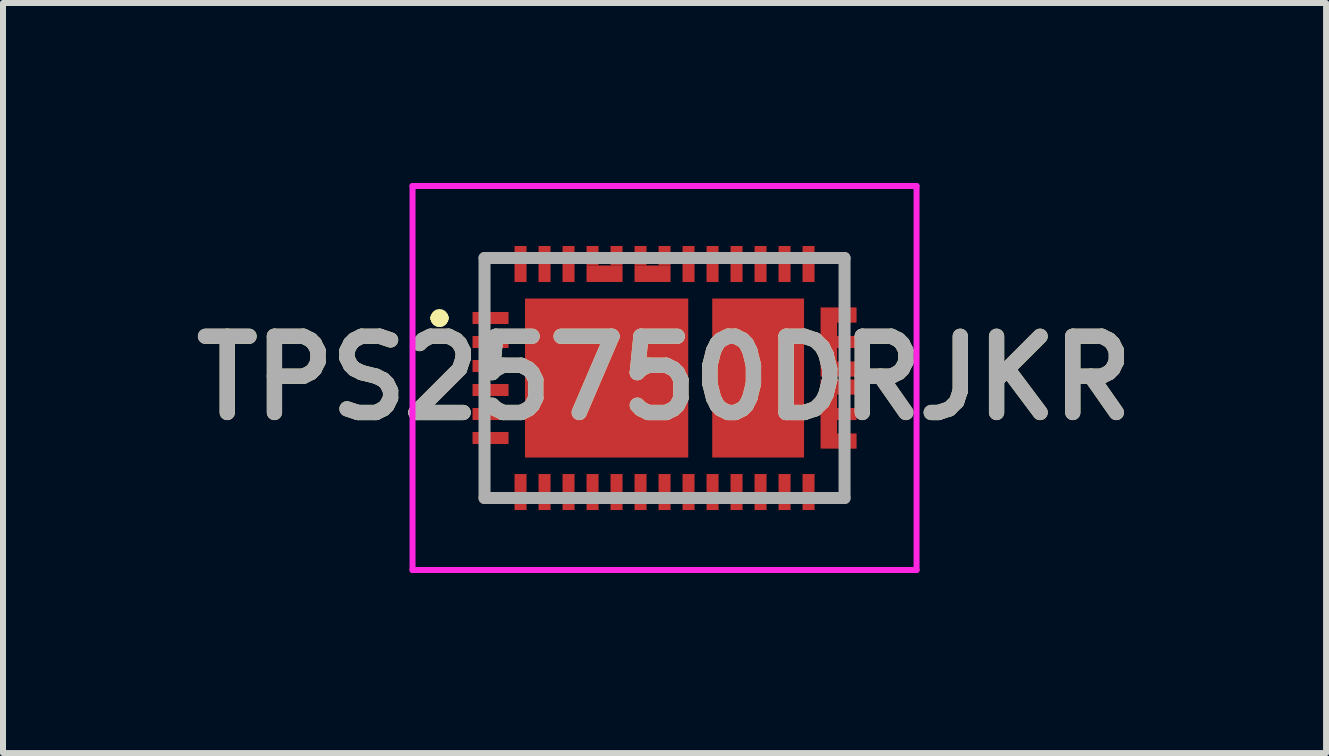
<source format=kicad_pcb>
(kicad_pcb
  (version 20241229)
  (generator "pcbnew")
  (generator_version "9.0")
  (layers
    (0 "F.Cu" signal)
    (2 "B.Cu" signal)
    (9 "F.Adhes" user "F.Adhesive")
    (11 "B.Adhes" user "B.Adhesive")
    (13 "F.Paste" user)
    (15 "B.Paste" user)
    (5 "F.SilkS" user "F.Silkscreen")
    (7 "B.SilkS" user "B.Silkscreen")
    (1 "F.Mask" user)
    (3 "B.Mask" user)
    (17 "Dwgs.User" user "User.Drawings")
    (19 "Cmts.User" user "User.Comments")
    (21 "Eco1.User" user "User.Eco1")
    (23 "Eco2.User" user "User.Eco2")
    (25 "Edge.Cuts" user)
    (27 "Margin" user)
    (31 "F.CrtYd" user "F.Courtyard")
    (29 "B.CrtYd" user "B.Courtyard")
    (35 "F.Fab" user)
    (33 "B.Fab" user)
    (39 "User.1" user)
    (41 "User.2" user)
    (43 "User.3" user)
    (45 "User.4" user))
  (footprint "TPS25750DRJKR"
    (layer "F.Cu")
    (at 8.025 3.25)
    (property "Reference" "TPS25750DRJKR" (at 0 0 0) (layer "F.SilkS") (effects (font (size 1.27 1.27) (thickness 0.254))))
    (attr smd)
    (fp_line (start -3.8 -1) (end -3.8 -1) (stroke (width 0.2) (type solid)) (layer "F.SilkS"))
    (fp_line (start -3.8 -1) (end -3.8 -1) (stroke (width 0.2) (type solid)) (layer "F.SilkS"))
    (fp_line (start -3.7 -1) (end -3.7 -1) (stroke (width 0.2) (type solid)) (layer "F.SilkS"))
    (fp_arc (start -3.8 -1) (mid -3.75 -1.05) (end -3.7 -1) (stroke (width 0.2) (type solid)) (layer "F.SilkS"))
    (fp_arc (start -3.7 -1) (mid -3.75 -0.95) (end -3.8 -1) (stroke (width 0.2) (type solid)) (layer "F.SilkS"))
    (fp_arc (start -3.7 -1) (mid -3.75 -0.95) (end -3.8 -1) (stroke (width 0.2) (type solid)) (layer "F.SilkS"))
    (fp_line (start -4.2 -3.2) (end 4.2 -3.2) (stroke (width 0.1) (type solid)) (layer "F.CrtYd"))
    (fp_line (start -4.2 3.2) (end -4.2 -3.2) (stroke (width 0.1) (type solid)) (layer "F.CrtYd"))
    (fp_line (start 4.2 -3.2) (end 4.2 3.2) (stroke (width 0.1) (type solid)) (layer "F.CrtYd"))
    (fp_line (start 4.2 3.2) (end -4.2 3.2) (stroke (width 0.1) (type solid)) (layer "F.CrtYd"))
    (fp_line (start -3 -2) (end -3 2) (stroke (width 0.2) (type solid)) (layer "F.Fab"))
    (fp_line (start -3 2) (end 3 2) (stroke (width 0.2) (type solid)) (layer "F.Fab"))
    (fp_line (start 3 -2) (end -3 -2) (stroke (width 0.2) (type solid)) (layer "F.Fab"))
    (fp_line (start 3 2) (end 3 -2) (stroke (width 0.2) (type solid)) (layer "F.Fab"))
    (fp_text user "${REFERENCE}" (at 0 0 0) (layer "F.Fab") (effects (font (size 1.27 1.27) (thickness 0.254))))
    (pad "1" smd rect (at -2.9 -1 90) (size 0.2 0.6) (layers "F.Cu" "F.Mask" "F.Paste"))
    (pad "2" smd rect (at -2.9 -0.6 90) (size 0.2 0.6) (layers "F.Cu" "F.Mask" "F.Paste"))
    (pad "3" smd rect (at -2.9 -0.2 90) (size 0.2 0.6) (layers "F.Cu" "F.Mask" "F.Paste"))
    (pad "4" smd rect (at -2.9 0.2 90) (size 0.2 0.6) (layers "F.Cu" "F.Mask" "F.Paste"))
    (pad "5" smd rect (at -2.9 0.6 90) (size 0.2 0.6) (layers "F.Cu" "F.Mask" "F.Paste"))
    (pad "6" smd rect (at -2.9 1 90) (size 0.2 0.6) (layers "F.Cu" "F.Mask" "F.Paste"))
    (pad "7" smd rect (at -2.4 1.9) (size 0.2 0.6) (layers "F.Cu" "F.Mask" "F.Paste"))
    (pad "8" smd rect (at -2 1.9) (size 0.2 0.6) (layers "F.Cu" "F.Mask" "F.Paste"))
    (pad "9" smd rect (at -1.6 1.9) (size 0.2 0.6) (layers "F.Cu" "F.Mask" "F.Paste"))
    (pad "10" smd rect (at -1.2 1.9) (size 0.2 0.6) (layers "F.Cu" "F.Mask" "F.Paste"))
    (pad "11" smd rect (at -0.8 1.9) (size 0.2 0.6) (layers "F.Cu" "F.Mask" "F.Paste"))
    (pad "12" smd rect (at -0.4 1.9) (size 0.2 0.6) (layers "F.Cu" "F.Mask" "F.Paste"))
    (pad "13" smd rect (at 0 1.9) (size 0.2 0.6) (layers "F.Cu" "F.Mask" "F.Paste"))
    (pad "14" smd rect (at 0.4 1.9) (size 0.2 0.6) (layers "F.Cu" "F.Mask" "F.Paste"))
    (pad "15" smd rect (at 0.8 1.9) (size 0.2 0.6) (layers "F.Cu" "F.Mask" "F.Paste"))
    (pad "16" smd rect (at 1.2 1.9) (size 0.2 0.6) (layers "F.Cu" "F.Mask" "F.Paste"))
    (pad "17" smd rect (at 1.6 1.9) (size 0.2 0.6) (layers "F.Cu" "F.Mask" "F.Paste"))
    (pad "18" smd rect (at 2 1.9) (size 0.2 0.6) (layers "F.Cu" "F.Mask" "F.Paste"))
    (pad "19" smd rect (at 2.4 1.9) (size 0.2 0.6) (layers "F.Cu" "F.Mask" "F.Paste"))
    (pad "20" smd rect (at 3.038 1.051 90) (size 0.253 0.325) (layers "F.Cu" "F.Mask" "F.Paste"))
    (pad "21" smd rect (at 3.038 0.6 90) (size 0.2 0.325) (layers "F.Cu" "F.Mask" "F.Paste"))
    (pad "22" smd rect (at 3.038 0.151 90) (size 0.253 0.325) (layers "F.Cu" "F.Mask" "F.Paste"))
    (pad "23" smd rect (at 3.038 -0.15 90) (size 0.253 0.325) (layers "F.Cu" "F.Mask" "F.Paste"))
    (pad "24" smd rect (at 3.038 -0.6 90) (size 0.2 0.325) (layers "F.Cu" "F.Mask" "F.Paste"))
    (pad "25" smd rect (at 3.038 -1.05 90) (size 0.253 0.325) (layers "F.Cu" "F.Mask" "F.Paste"))
    (pad "26" smd rect (at 2.4 -1.9) (size 0.2 0.6) (layers "F.Cu" "F.Mask" "F.Paste"))
    (pad "27" smd rect (at 2 -1.9) (size 0.2 0.6) (layers "F.Cu" "F.Mask" "F.Paste"))
    (pad "28" smd rect (at 1.6 -1.9) (size 0.2 0.6) (layers "F.Cu" "F.Mask" "F.Paste"))
    (pad "29" smd rect (at 1.2 -1.9) (size 0.2 0.6) (layers "F.Cu" "F.Mask" "F.Paste"))
    (pad "30" smd rect (at 0.8 -1.9) (size 0.2 0.6) (layers "F.Cu" "F.Mask" "F.Paste"))
    (pad "31" smd rect (at 0.4 -1.9) (size 0.2 0.6) (layers "F.Cu" "F.Mask" "F.Paste"))
    (pad "32" smd rect (at 0 -2.038) (size 0.2 0.325) (layers "F.Cu" "F.Mask" "F.Paste"))
    (pad "33" smd rect (at -0.4 -2.038) (size 0.2 0.325) (layers "F.Cu" "F.Mask" "F.Paste"))
    (pad "34" smd rect (at -0.8 -2.038) (size 0.2 0.325) (layers "F.Cu" "F.Mask" "F.Paste"))
    (pad "35" smd rect (at -1.2 -2.038) (size 0.2 0.325) (layers "F.Cu" "F.Mask" "F.Paste"))
    (pad "36" smd rect (at -1.6 -1.9) (size 0.2 0.6) (layers "F.Cu" "F.Mask" "F.Paste"))
    (pad "37" smd rect (at -2 -1.9) (size 0.2 0.6) (layers "F.Cu" "F.Mask" "F.Paste"))
    (pad "38" smd rect (at -2.4 -1.9) (size 0.2 0.6) (layers "F.Cu" "F.Mask" "F.Paste"))
    (pad "39" smd rect (at -0.965 0 90) (size 2.65 2.72) (layers "F.Cu" "F.Mask" "F.Paste"))
    (pad "40" smd rect (at 1.56 0) (size 1.53 2.65) (layers "F.Cu" "F.Mask" "F.Paste"))
    (pad "41" smd rect (at 2.738 0.6) (size 0.275 1.153) (layers "F.Cu" "F.Mask" "F.Paste"))
    (pad "42" smd rect (at 2.738 -0.6) (size 0.275 1.153) (layers "F.Cu" "F.Mask" "F.Paste"))
    (pad "43" smd rect (at -0.2 -1.738 90) (size 0.275 0.6) (layers "F.Cu" "F.Mask" "F.Paste"))
    (pad "44" smd rect (at -1 -1.738 90) (size 0.275 0.6) (layers "F.Cu" "F.Mask" "F.Paste")))
  (gr_rect
    (start -3 -3)
    (end 19.05 9.5)
    (stroke (width 0.1) (type default))
    (fill no)
    (layer "Edge.Cuts")))
</source>
